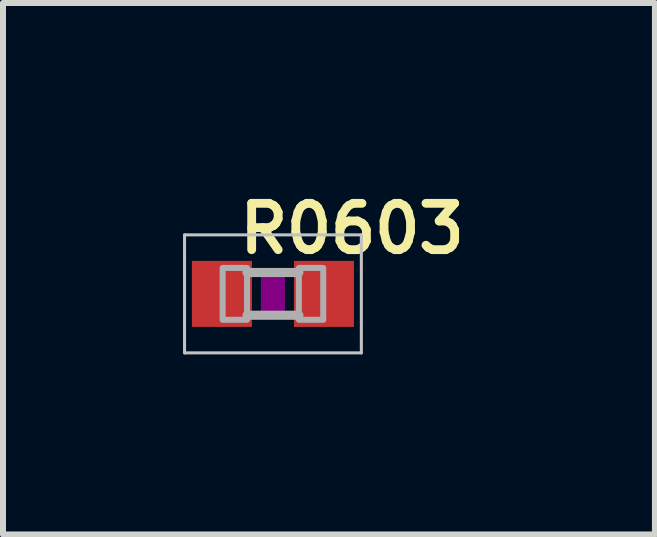
<source format=kicad_pcb>
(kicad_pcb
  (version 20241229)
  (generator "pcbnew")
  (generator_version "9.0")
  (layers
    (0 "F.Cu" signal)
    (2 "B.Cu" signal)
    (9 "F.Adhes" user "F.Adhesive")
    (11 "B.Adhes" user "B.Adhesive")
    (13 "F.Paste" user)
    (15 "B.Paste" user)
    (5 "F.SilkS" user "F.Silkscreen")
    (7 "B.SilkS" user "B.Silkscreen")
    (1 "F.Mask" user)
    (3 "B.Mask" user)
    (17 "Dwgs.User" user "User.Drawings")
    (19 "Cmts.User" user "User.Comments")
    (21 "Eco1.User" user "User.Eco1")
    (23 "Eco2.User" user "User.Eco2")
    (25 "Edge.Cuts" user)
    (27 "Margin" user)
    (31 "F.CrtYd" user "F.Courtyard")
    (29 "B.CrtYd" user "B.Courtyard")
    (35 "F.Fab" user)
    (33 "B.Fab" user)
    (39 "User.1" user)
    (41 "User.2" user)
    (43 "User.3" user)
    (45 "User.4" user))
  (footprint "R0603"
    (layer "F.Cu")
    (at 1.498 1.847)
    (property "Reference" "R0603" (at -0.635 -0.635 0) (layer "F.SilkS") (effects (font (size 0.772 0.772) (thickness 0.147)) (justify left bottom)))
    (attr through_hole)
    (fp_poly (pts (xy -0.2 0.4) (xy 0.2 0.4) (xy 0.2 -0.4) (xy -0.2 -0.4)) (stroke (width 0) (type solid)) (fill yes) (layer "F.Adhes"))
    (fp_line (start -1.473 -0.983) (end 1.473 -0.983) (stroke (width 0.051) (type solid)) (layer "Dwgs.User"))
    (fp_line (start -1.473 0.983) (end -1.473 -0.983) (stroke (width 0.051) (type solid)) (layer "Dwgs.User"))
    (fp_line (start 1.473 -0.983) (end 1.473 0.983) (stroke (width 0.051) (type solid)) (layer "Dwgs.User"))
    (fp_line (start 1.473 0.983) (end -1.473 0.983) (stroke (width 0.051) (type solid)) (layer "Dwgs.User"))
    (fp_line (start -0.432 0.356) (end 0.432 0.356) (stroke (width 0.152) (type solid)) (layer "F.Fab"))
    (fp_line (start 0.432 -0.356) (end -0.432 -0.356) (stroke (width 0.152) (type solid)) (layer "F.Fab"))
    (fp_poly (pts (xy -0.838 0.432) (xy -0.432 0.432) (xy -0.432 -0.432) (xy -0.838 -0.432)) (stroke (width 0.1) (type solid)) (fill no) (layer "F.Fab"))
    (fp_poly (pts (xy 0.432 0.432) (xy 0.838 0.432) (xy 0.838 -0.432) (xy 0.432 -0.432)) (stroke (width 0.1) (type solid)) (fill no) (layer "F.Fab"))
    (pad "1" smd rect (at -0.85 0) (size 1 1.1) (layers "F.Cu" "F.Mask" "F.Paste"))
    (pad "2" smd rect (at 0.85 0) (size 1 1.1) (layers "F.Cu" "F.Mask" "F.Paste")))
  (gr_rect
    (start -3 -3)
    (end 7.863 5.856)
    (stroke (width 0.1) (type default))
    (fill no)
    (layer "Edge.Cuts")))
</source>
